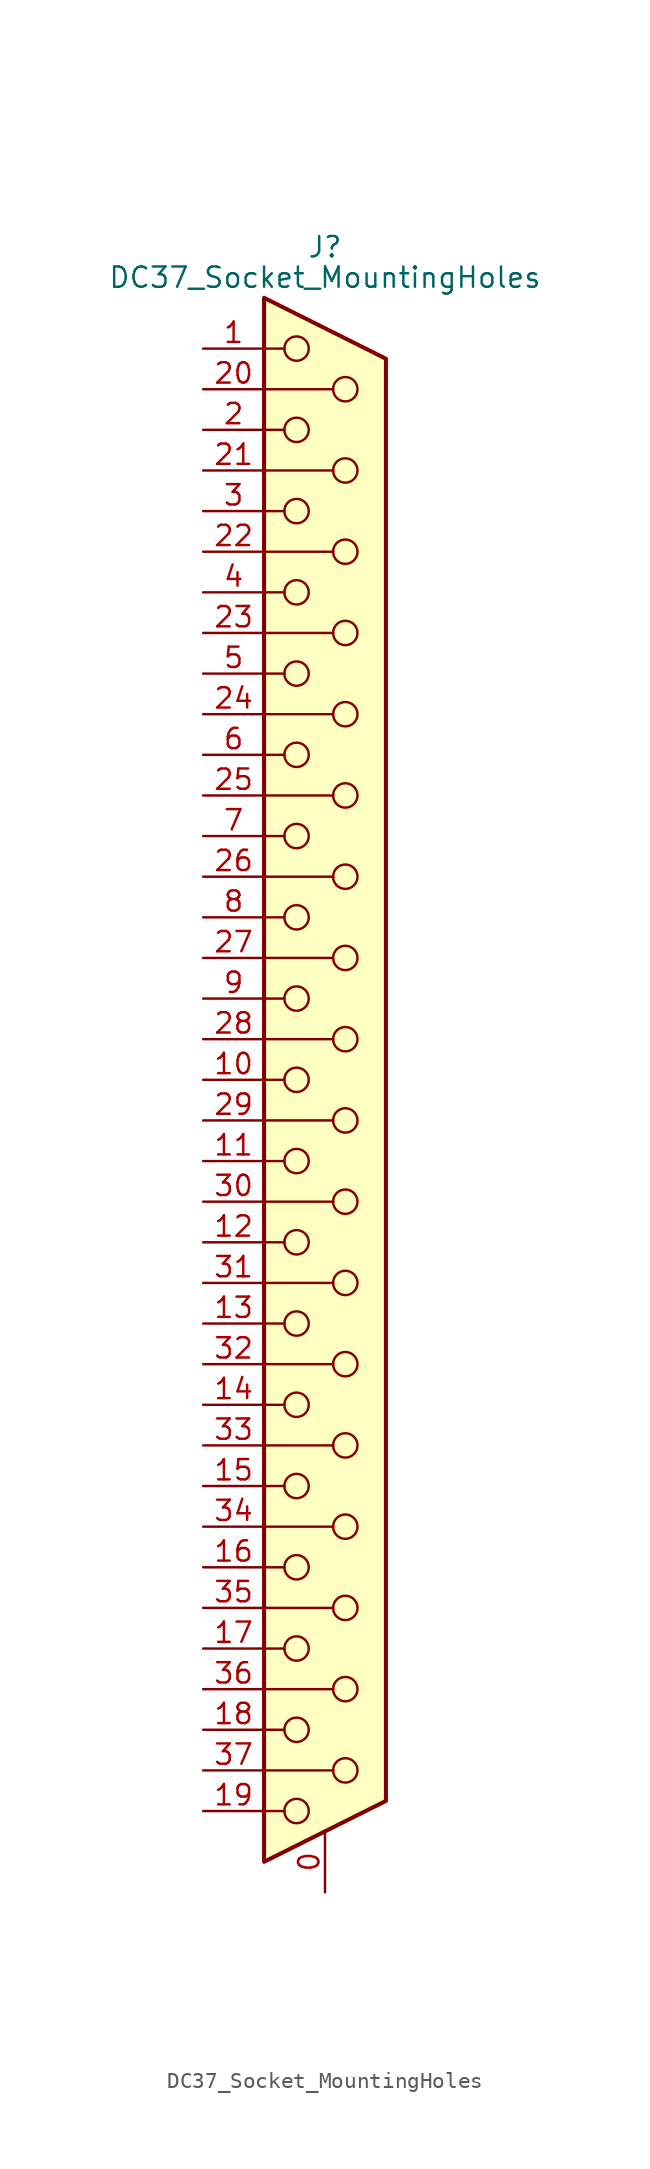
<source format=kicad_sym>
(kicad_symbol_lib
  (version 20241209)
  (generator "kicad_symbol_editor")
  (generator_version "9.0")
  (symbol "DC37_Socket_MountingHoles"
    (pin_names
      (offset 1.016)
      (hide yes))
    (property "Reference" "J"
      (at 0 52.07 0)
      (effects (font (size 1.27 1.27))))
    (property "Value" "DC37_Socket_MountingHoles"
      (at 0 50.165 0)
      (effects (font (size 1.27 1.27))))
    (symbol "DC37_Socket_MountingHoles_0_1"
      (polyline (pts (xy -3.81 45.72) (xy -2.54 45.72)) (stroke (width 0) (type default)) (fill (type none)))
      (polyline (pts (xy -3.81 43.18) (xy 0.508 43.18)) (stroke (width 0) (type default)) (fill (type none)))
      (polyline (pts (xy -3.81 40.64) (xy -2.54 40.64)) (stroke (width 0) (type default)) (fill (type none)))
      (polyline (pts (xy -3.81 38.1) (xy 0.508 38.1)) (stroke (width 0) (type default)) (fill (type none)))
      (polyline (pts (xy -3.81 35.56) (xy -2.54 35.56)) (stroke (width 0) (type default)) (fill (type none)))
      (polyline (pts (xy -3.81 33.02) (xy 0.508 33.02)) (stroke (width 0) (type default)) (fill (type none)))
      (polyline (pts (xy -3.81 30.48) (xy -2.54 30.48)) (stroke (width 0) (type default)) (fill (type none)))
      (polyline (pts (xy -3.81 27.94) (xy 0.508 27.94)) (stroke (width 0) (type default)) (fill (type none)))
      (polyline (pts (xy -3.81 25.4) (xy -2.54 25.4)) (stroke (width 0) (type default)) (fill (type none)))
      (polyline (pts (xy -3.81 22.86) (xy 0.508 22.86)) (stroke (width 0) (type default)) (fill (type none)))
      (polyline (pts (xy -3.81 20.32) (xy -2.54 20.32)) (stroke (width 0) (type default)) (fill (type none)))
      (polyline (pts (xy -3.81 17.78) (xy 0.508 17.78)) (stroke (width 0) (type default)) (fill (type none)))
      (polyline (pts (xy -3.81 15.24) (xy -2.54 15.24)) (stroke (width 0) (type default)) (fill (type none)))
      (polyline (pts (xy -3.81 12.7) (xy 0.508 12.7)) (stroke (width 0) (type default)) (fill (type none)))
      (polyline (pts (xy -3.81 10.16) (xy -2.54 10.16)) (stroke (width 0) (type default)) (fill (type none)))
      (polyline (pts (xy -3.81 7.62) (xy 0.508 7.62)) (stroke (width 0) (type default)) (fill (type none)))
      (polyline (pts (xy -3.81 5.08) (xy -2.54 5.08)) (stroke (width 0) (type default)) (fill (type none)))
      (polyline (pts (xy -3.81 2.54) (xy 0.508 2.54)) (stroke (width 0) (type default)) (fill (type none)))
      (polyline (pts (xy -3.81 0) (xy -2.54 0)) (stroke (width 0) (type default)) (fill (type none)))
      (polyline (pts (xy -3.81 -2.54) (xy 0.508 -2.54)) (stroke (width 0) (type default)) (fill (type none)))
      (polyline (pts (xy -3.81 -5.08) (xy -2.54 -5.08)) (stroke (width 0) (type default)) (fill (type none)))
      (polyline (pts (xy -3.81 -7.62) (xy 0.508 -7.62)) (stroke (width 0) (type default)) (fill (type none)))
      (polyline (pts (xy -3.81 -10.16) (xy -2.54 -10.16)) (stroke (width 0) (type default)) (fill (type none)))
      (polyline (pts (xy -3.81 -12.7) (xy 0.508 -12.7)) (stroke (width 0) (type default)) (fill (type none)))
      (polyline (pts (xy -3.81 -15.24) (xy -2.54 -15.24)) (stroke (width 0) (type default)) (fill (type none)))
      (polyline (pts (xy -3.81 -17.78) (xy 0.508 -17.78)) (stroke (width 0) (type default)) (fill (type none)))
      (polyline (pts (xy -3.81 -20.32) (xy -2.54 -20.32)) (stroke (width 0) (type default)) (fill (type none)))
      (polyline (pts (xy -3.81 -22.86) (xy 0.508 -22.86)) (stroke (width 0) (type default)) (fill (type none)))
      (polyline (pts (xy -3.81 -25.4) (xy -2.54 -25.4)) (stroke (width 0) (type default)) (fill (type none)))
      (polyline (pts (xy -3.81 -27.94) (xy 0.508 -27.94)) (stroke (width 0) (type default)) (fill (type none)))
      (polyline (pts (xy -3.81 -30.48) (xy -2.54 -30.48)) (stroke (width 0) (type default)) (fill (type none)))
      (polyline (pts (xy -3.81 -33.02) (xy 0.508 -33.02)) (stroke (width 0) (type default)) (fill (type none)))
      (polyline (pts (xy -3.81 -35.56) (xy -2.54 -35.56)) (stroke (width 0) (type default)) (fill (type none)))
      (polyline (pts (xy -3.81 -38.1) (xy 0.508 -38.1)) (stroke (width 0) (type default)) (fill (type none)))
      (polyline (pts (xy -3.81 -40.64) (xy -2.54 -40.64)) (stroke (width 0) (type default)) (fill (type none)))
      (polyline (pts (xy -3.81 -43.18) (xy 0.508 -43.18)) (stroke (width 0) (type default)) (fill (type none)))
      (polyline (pts (xy -3.81 -45.72) (xy -2.54 -45.72)) (stroke (width 0) (type default)) (fill (type none)))
      (polyline (pts (xy -3.81 -48.895) (xy 3.81 -45.085) (xy 3.81 45.085) (xy -3.81 48.895) (xy -3.81 -48.895)) (stroke (width 0.254) (type default)) (fill (type background)))
      (circle (center -1.778 45.72) (radius 0.762) (stroke (width 0) (type default)) (fill (type none)))
      (circle (center -1.778 40.64) (radius 0.762) (stroke (width 0) (type default)) (fill (type none)))
      (circle (center -1.778 35.56) (radius 0.762) (stroke (width 0) (type default)) (fill (type none)))
      (circle (center -1.778 30.48) (radius 0.762) (stroke (width 0) (type default)) (fill (type none)))
      (circle (center -1.778 25.4) (radius 0.762) (stroke (width 0) (type default)) (fill (type none)))
      (circle (center -1.778 20.32) (radius 0.762) (stroke (width 0) (type default)) (fill (type none)))
      (circle (center -1.778 15.24) (radius 0.762) (stroke (width 0) (type default)) (fill (type none)))
      (circle (center -1.778 10.16) (radius 0.762) (stroke (width 0) (type default)) (fill (type none)))
      (circle (center -1.778 5.08) (radius 0.762) (stroke (width 0) (type default)) (fill (type none)))
      (circle (center -1.778 0) (radius 0.762) (stroke (width 0) (type default)) (fill (type none)))
      (circle (center -1.778 -5.08) (radius 0.762) (stroke (width 0) (type default)) (fill (type none)))
      (circle (center -1.778 -10.16) (radius 0.762) (stroke (width 0) (type default)) (fill (type none)))
      (circle (center -1.778 -15.24) (radius 0.762) (stroke (width 0) (type default)) (fill (type none)))
      (circle (center -1.778 -20.32) (radius 0.762) (stroke (width 0) (type default)) (fill (type none)))
      (circle (center -1.778 -25.4) (radius 0.762) (stroke (width 0) (type default)) (fill (type none)))
      (circle (center -1.778 -30.48) (radius 0.762) (stroke (width 0) (type default)) (fill (type none)))
      (circle (center -1.778 -35.56) (radius 0.762) (stroke (width 0) (type default)) (fill (type none)))
      (circle (center -1.778 -40.64) (radius 0.762) (stroke (width 0) (type default)) (fill (type none)))
      (circle (center -1.778 -45.72) (radius 0.762) (stroke (width 0) (type default)) (fill (type none)))
      (circle (center 1.27 43.18) (radius 0.762) (stroke (width 0) (type default)) (fill (type none)))
      (circle (center 1.27 38.1) (radius 0.762) (stroke (width 0) (type default)) (fill (type none)))
      (circle (center 1.27 33.02) (radius 0.762) (stroke (width 0) (type default)) (fill (type none)))
      (circle (center 1.27 27.94) (radius 0.762) (stroke (width 0) (type default)) (fill (type none)))
      (circle (center 1.27 22.86) (radius 0.762) (stroke (width 0) (type default)) (fill (type none)))
      (circle (center 1.27 17.78) (radius 0.762) (stroke (width 0) (type default)) (fill (type none)))
      (circle (center 1.27 12.7) (radius 0.762) (stroke (width 0) (type default)) (fill (type none)))
      (circle (center 1.27 7.62) (radius 0.762) (stroke (width 0) (type default)) (fill (type none)))
      (circle (center 1.27 2.54) (radius 0.762) (stroke (width 0) (type default)) (fill (type none)))
      (circle (center 1.27 -2.54) (radius 0.762) (stroke (width 0) (type default)) (fill (type none)))
      (circle (center 1.27 -7.62) (radius 0.762) (stroke (width 0) (type default)) (fill (type none)))
      (circle (center 1.27 -12.7) (radius 0.762) (stroke (width 0) (type default)) (fill (type none)))
      (circle (center 1.27 -17.78) (radius 0.762) (stroke (width 0) (type default)) (fill (type none)))
      (circle (center 1.27 -22.86) (radius 0.762) (stroke (width 0) (type default)) (fill (type none)))
      (circle (center 1.27 -27.94) (radius 0.762) (stroke (width 0) (type default)) (fill (type none)))
      (circle (center 1.27 -33.02) (radius 0.762) (stroke (width 0) (type default)) (fill (type none)))
      (circle (center 1.27 -38.1) (radius 0.762) (stroke (width 0) (type default)) (fill (type none)))
      (circle (center 1.27 -43.18) (radius 0.762) (stroke (width 0) (type default)) (fill (type none))))
    (symbol "DC37_Socket_MountingHoles_1_1"
      (pin passive line (at -7.62 45.72 0) (length 3.81) (name "1" (effects (font (size 1.27 1.27)))) (number "1" (effects (font (size 1.27 1.27)))))
      (pin passive line (at -7.62 43.18 0) (length 3.81) (name "20" (effects (font (size 1.27 1.27)))) (number "20" (effects (font (size 1.27 1.27)))))
      (pin passive line (at -7.62 40.64 0) (length 3.81) (name "2" (effects (font (size 1.27 1.27)))) (number "2" (effects (font (size 1.27 1.27)))))
      (pin passive line (at -7.62 38.1 0) (length 3.81) (name "21" (effects (font (size 1.27 1.27)))) (number "21" (effects (font (size 1.27 1.27)))))
      (pin passive line (at -7.62 35.56 0) (length 3.81) (name "3" (effects (font (size 1.27 1.27)))) (number "3" (effects (font (size 1.27 1.27)))))
      (pin passive line (at -7.62 33.02 0) (length 3.81) (name "22" (effects (font (size 1.27 1.27)))) (number "22" (effects (font (size 1.27 1.27)))))
      (pin passive line (at -7.62 30.48 0) (length 3.81) (name "4" (effects (font (size 1.27 1.27)))) (number "4" (effects (font (size 1.27 1.27)))))
      (pin passive line (at -7.62 27.94 0) (length 3.81) (name "23" (effects (font (size 1.27 1.27)))) (number "23" (effects (font (size 1.27 1.27)))))
      (pin passive line (at -7.62 25.4 0) (length 3.81) (name "5" (effects (font (size 1.27 1.27)))) (number "5" (effects (font (size 1.27 1.27)))))
      (pin passive line (at -7.62 22.86 0) (length 3.81) (name "24" (effects (font (size 1.27 1.27)))) (number "24" (effects (font (size 1.27 1.27)))))
      (pin passive line (at -7.62 20.32 0) (length 3.81) (name "6" (effects (font (size 1.27 1.27)))) (number "6" (effects (font (size 1.27 1.27)))))
      (pin passive line (at -7.62 17.78 0) (length 3.81) (name "25" (effects (font (size 1.27 1.27)))) (number "25" (effects (font (size 1.27 1.27)))))
      (pin passive line (at -7.62 15.24 0) (length 3.81) (name "7" (effects (font (size 1.27 1.27)))) (number "7" (effects (font (size 1.27 1.27)))))
      (pin passive line (at -7.62 12.7 0) (length 3.81) (name "26" (effects (font (size 1.27 1.27)))) (number "26" (effects (font (size 1.27 1.27)))))
      (pin passive line (at -7.62 10.16 0) (length 3.81) (name "8" (effects (font (size 1.27 1.27)))) (number "8" (effects (font (size 1.27 1.27)))))
      (pin passive line (at -7.62 7.62 0) (length 3.81) (name "27" (effects (font (size 1.27 1.27)))) (number "27" (effects (font (size 1.27 1.27)))))
      (pin passive line (at -7.62 5.08 0) (length 3.81) (name "9" (effects (font (size 1.27 1.27)))) (number "9" (effects (font (size 1.27 1.27)))))
      (pin passive line (at -7.62 2.54 0) (length 3.81) (name "28" (effects (font (size 1.27 1.27)))) (number "28" (effects (font (size 1.27 1.27)))))
      (pin passive line (at -7.62 0 0) (length 3.81) (name "10" (effects (font (size 1.27 1.27)))) (number "10" (effects (font (size 1.27 1.27)))))
      (pin passive line (at -7.62 -2.54 0) (length 3.81) (name "29" (effects (font (size 1.27 1.27)))) (number "29" (effects (font (size 1.27 1.27)))))
      (pin passive line (at -7.62 -5.08 0) (length 3.81) (name "11" (effects (font (size 1.27 1.27)))) (number "11" (effects (font (size 1.27 1.27)))))
      (pin passive line (at -7.62 -7.62 0) (length 3.81) (name "30" (effects (font (size 1.27 1.27)))) (number "30" (effects (font (size 1.27 1.27)))))
      (pin passive line (at -7.62 -10.16 0) (length 3.81) (name "12" (effects (font (size 1.27 1.27)))) (number "12" (effects (font (size 1.27 1.27)))))
      (pin passive line (at -7.62 -12.7 0) (length 3.81) (name "31" (effects (font (size 1.27 1.27)))) (number "31" (effects (font (size 1.27 1.27)))))
      (pin passive line (at -7.62 -15.24 0) (length 3.81) (name "13" (effects (font (size 1.27 1.27)))) (number "13" (effects (font (size 1.27 1.27)))))
      (pin passive line (at -7.62 -17.78 0) (length 3.81) (name "32" (effects (font (size 1.27 1.27)))) (number "32" (effects (font (size 1.27 1.27)))))
      (pin passive line (at -7.62 -20.32 0) (length 3.81) (name "14" (effects (font (size 1.27 1.27)))) (number "14" (effects (font (size 1.27 1.27)))))
      (pin passive line (at -7.62 -22.86 0) (length 3.81) (name "33" (effects (font (size 1.27 1.27)))) (number "33" (effects (font (size 1.27 1.27)))))
      (pin passive line (at -7.62 -25.4 0) (length 3.81) (name "15" (effects (font (size 1.27 1.27)))) (number "15" (effects (font (size 1.27 1.27)))))
      (pin passive line (at -7.62 -27.94 0) (length 3.81) (name "34" (effects (font (size 1.27 1.27)))) (number "34" (effects (font (size 1.27 1.27)))))
      (pin passive line (at -7.62 -30.48 0) (length 3.81) (name "16" (effects (font (size 1.27 1.27)))) (number "16" (effects (font (size 1.27 1.27)))))
      (pin passive line (at -7.62 -33.02 0) (length 3.81) (name "35" (effects (font (size 1.27 1.27)))) (number "35" (effects (font (size 1.27 1.27)))))
      (pin passive line (at -7.62 -35.56 0) (length 3.81) (name "17" (effects (font (size 1.27 1.27)))) (number "17" (effects (font (size 1.27 1.27)))))
      (pin passive line (at -7.62 -38.1 0) (length 3.81) (name "36" (effects (font (size 1.27 1.27)))) (number "36" (effects (font (size 1.27 1.27)))))
      (pin passive line (at -7.62 -40.64 0) (length 3.81) (name "18" (effects (font (size 1.27 1.27)))) (number "18" (effects (font (size 1.27 1.27)))))
      (pin passive line (at -7.62 -43.18 0) (length 3.81) (name "37" (effects (font (size 1.27 1.27)))) (number "37" (effects (font (size 1.27 1.27)))))
      (pin passive line (at -7.62 -45.72 0) (length 3.81) (name "19" (effects (font (size 1.27 1.27)))) (number "19" (effects (font (size 1.27 1.27)))))
      (pin passive line (at 0 -50.8 90) (length 3.81) (name "PAD" (effects (font (size 1.27 1.27)))) (number "0" (effects (font (size 1.27 1.27))))))))
</source>
